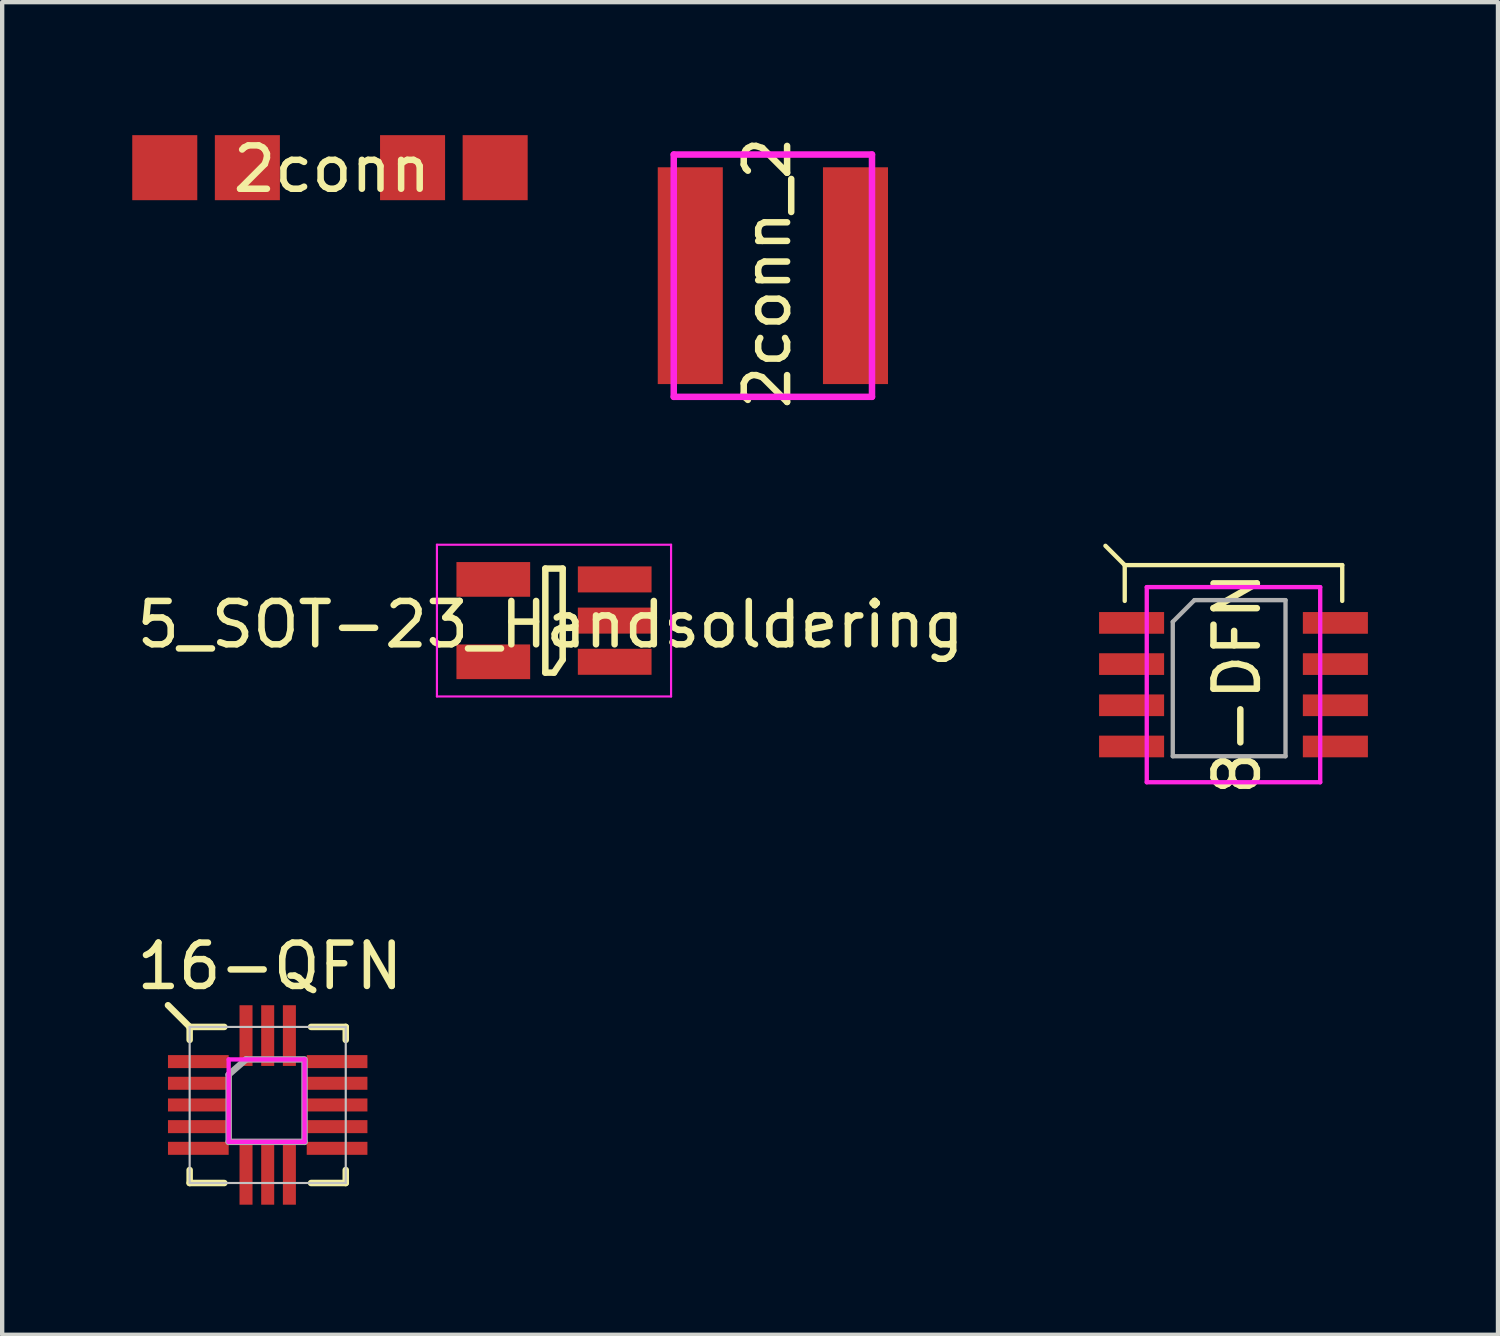
<source format=kicad_pcb>
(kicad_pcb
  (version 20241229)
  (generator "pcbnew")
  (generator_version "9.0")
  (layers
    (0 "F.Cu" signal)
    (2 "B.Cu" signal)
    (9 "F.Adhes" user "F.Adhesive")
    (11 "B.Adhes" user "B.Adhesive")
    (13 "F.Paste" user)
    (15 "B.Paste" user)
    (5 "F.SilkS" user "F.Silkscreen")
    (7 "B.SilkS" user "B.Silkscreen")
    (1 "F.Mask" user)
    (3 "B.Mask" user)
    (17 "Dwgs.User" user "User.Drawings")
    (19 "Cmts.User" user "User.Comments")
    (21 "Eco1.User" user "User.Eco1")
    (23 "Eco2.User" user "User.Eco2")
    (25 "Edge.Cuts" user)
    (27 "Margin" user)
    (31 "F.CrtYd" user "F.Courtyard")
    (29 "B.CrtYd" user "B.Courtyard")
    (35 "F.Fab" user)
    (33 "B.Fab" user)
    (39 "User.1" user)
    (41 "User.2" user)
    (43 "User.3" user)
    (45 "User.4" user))
  (footprint "2conn_2"
    (layer "F.Cu")
    (at 14.775 3.308)
    (property "Reference" "2conn_2" (at -0.127 -0.064 90) (layer "F.SilkS") (effects (font (size 1 1) (thickness 0.15))))
    (attr through_hole)
    (fp_line (start -2.286 -2.794) (end -2.286 2.794) (stroke (width 0.15) (type solid)) (layer "F.CrtYd"))
    (fp_line (start -2.286 2.794) (end 2.286 2.794) (stroke (width 0.15) (type solid)) (layer "F.CrtYd"))
    (fp_line (start 2.286 -2.794) (end -2.286 -2.794) (stroke (width 0.15) (type solid)) (layer "F.CrtYd"))
    (fp_line (start 2.286 2.794) (end 2.286 -2.794) (stroke (width 0.15) (type solid)) (layer "F.CrtYd"))
    (pad "1" smd rect (at -1.905 0) (size 1.5 5) (layers "F.Cu" "F.Mask" "F.Paste"))
    (pad "2" smd rect (at 1.905 0) (size 1.5 5) (layers "F.Cu" "F.Mask" "F.Paste")))
  (footprint "8-DFN"
    (layer "F.Cu")
    (at 23.398 10.491)
    (property "Reference" "8-DFN" (at 2.084 2.223 90) (layer "F.SilkS") (effects (font (size 1 1) (thickness 0.15))))
    (attr through_hole)
    (fp_line (start -0.508 -0.508) (end -0.953 -0.953) (stroke (width 0.1) (type solid)) (layer "F.SilkS"))
    (fp_line (start -0.508 -0.508) (end -0.508 0.318) (stroke (width 0.1) (type solid)) (layer "F.SilkS"))
    (fp_line (start 4.508 -0.508) (end -0.508 -0.508) (stroke (width 0.1) (type solid)) (layer "F.SilkS"))
    (fp_line (start 4.508 -0.508) (end 4.508 0.318) (stroke (width 0.1) (type solid)) (layer "F.SilkS"))
    (fp_line (start 0 0) (end 4 0) (stroke (width 0.1) (type solid)) (layer "F.CrtYd"))
    (fp_line (start 0 4.5) (end 0 0) (stroke (width 0.1) (type solid)) (layer "F.CrtYd"))
    (fp_line (start 4 0) (end 4 4.5) (stroke (width 0.1) (type solid)) (layer "F.CrtYd"))
    (fp_line (start 4 4.5) (end 0 4.5) (stroke (width 0.1) (type solid)) (layer "F.CrtYd"))
    (fp_line (start 0.6 0.8) (end 0.6 3.9) (stroke (width 0.1) (type solid)) (layer "F.Fab"))
    (fp_line (start 0.6 0.8) (end 1.1 0.3) (stroke (width 0.1) (type solid)) (layer "F.Fab"))
    (fp_line (start 1.1 0.3) (end 3.2 0.3) (stroke (width 0.1) (type solid)) (layer "F.Fab"))
    (fp_line (start 3.2 0.3) (end 3.2 3.9) (stroke (width 0.1) (type solid)) (layer "F.Fab"))
    (fp_line (start 3.2 3.9) (end 0.6 3.9) (stroke (width 0.1) (type solid)) (layer "F.Fab"))
    (pad "1" smd rect (at -0.35 0.825) (size 1.5 0.5) (layers "F.Cu" "F.Mask" "F.Paste"))
    (pad "2" smd rect (at -0.35 1.775) (size 1.5 0.5) (layers "F.Cu" "F.Mask" "F.Paste"))
    (pad "3" smd rect (at -0.35 2.725) (size 1.5 0.5) (layers "F.Cu" "F.Mask" "F.Paste"))
    (pad "4" smd rect (at -0.35 3.675) (size 1.5 0.5) (layers "F.Cu" "F.Mask" "F.Paste"))
    (pad "5" smd rect (at 4.35 3.675) (size 1.5 0.5) (layers "F.Cu" "F.Mask" "F.Paste"))
    (pad "6" smd rect (at 4.35 2.725) (size 1.5 0.5) (layers "F.Cu" "F.Mask" "F.Paste"))
    (pad "7" smd rect (at 4.35 1.775) (size 1.5 0.5) (layers "F.Cu" "F.Mask" "F.Paste"))
    (pad "8" smd rect (at 4.35 0.825) (size 1.5 0.5) (layers "F.Cu" "F.Mask" "F.Paste")))
  (footprint "16-QFN"
    (layer "F.Cu")
    (at 3.124 22.434)
    (property "Reference" "16-QFN" (at 0.05 -3.2 0) (layer "F.SilkS") (effects (font (size 1 1) (thickness 0.15))))
    (attr smd)
    (fp_line (start -1.8 -1.8) (end -2.3 -2.3) (stroke (width 0.15) (type solid)) (layer "F.SilkS"))
    (fp_line (start -1.8 -1.8) (end -1.8 -1.5) (stroke (width 0.15) (type solid)) (layer "F.SilkS"))
    (fp_line (start -1.8 1.5) (end -1.8 1.8) (stroke (width 0.15) (type solid)) (layer "F.SilkS"))
    (fp_line (start -1.8 1.8) (end -1 1.8) (stroke (width 0.15) (type solid)) (layer "F.SilkS"))
    (fp_line (start -1 -1.8) (end -1.8 -1.8) (stroke (width 0.15) (type solid)) (layer "F.SilkS"))
    (fp_line (start 1.8 -1.8) (end 1 -1.8) (stroke (width 0.15) (type solid)) (layer "F.SilkS"))
    (fp_line (start 1.8 -1.5) (end 1.8 -1.8) (stroke (width 0.15) (type solid)) (layer "F.SilkS"))
    (fp_line (start 1.8 1.5) (end 1.8 1.8) (stroke (width 0.15) (type solid)) (layer "F.SilkS"))
    (fp_line (start 1.8 1.8) (end 1 1.8) (stroke (width 0.15) (type solid)) (layer "F.SilkS"))
    (fp_line (start -1.8 -1.8) (end 1.8 -1.8) (stroke (width 0.05) (type solid)) (layer "Dwgs.User"))
    (fp_line (start -1.8 1.8) (end -1.8 -1.8) (stroke (width 0.05) (type solid)) (layer "Dwgs.User"))
    (fp_line (start 1.8 -1.8) (end 1.8 1.8) (stroke (width 0.05) (type solid)) (layer "Dwgs.User"))
    (fp_line (start 1.8 1.8) (end -1.8 1.8) (stroke (width 0.05) (type solid)) (layer "Dwgs.User"))
    (fp_line (start -0.9 -1.05) (end -0.9 0.85) (stroke (width 0.1) (type solid)) (layer "F.CrtYd"))
    (fp_line (start -0.9 0.85) (end 0.85 0.85) (stroke (width 0.1) (type solid)) (layer "F.CrtYd"))
    (fp_line (start 0.85 -1.05) (end -0.9 -1.05) (stroke (width 0.1) (type solid)) (layer "F.CrtYd"))
    (fp_line (start 0.85 0.85) (end 0.85 -1.05) (stroke (width 0.1) (type solid)) (layer "F.CrtYd"))
    (fp_line (start -0.9 -0.7) (end -0.5 -1.05) (stroke (width 0.15) (type solid)) (layer "F.Fab"))
    (fp_line (start -0.9 0.85) (end -0.9 -0.7) (stroke (width 0.15) (type solid)) (layer "F.Fab"))
    (fp_line (start -0.5 -1.05) (end 0.8 -1.05) (stroke (width 0.15) (type solid)) (layer "F.Fab"))
    (fp_line (start 0.85 -1.05) (end 0.85 0.85) (stroke (width 0.15) (type solid)) (layer "F.Fab"))
    (fp_line (start 0.85 0.85) (end -0.9 0.85) (stroke (width 0.15) (type solid)) (layer "F.Fab"))
    (pad "1" smd rect (at -1.6 -1) (size 1.4 0.3) (layers "F.Cu" "F.Mask" "F.Paste"))
    (pad "2" smd rect (at -1.6 -0.5) (size 1.4 0.3) (layers "F.Cu" "F.Mask" "F.Paste"))
    (pad "3" smd rect (at -1.6 0) (size 1.4 0.3) (layers "F.Cu" "F.Mask" "F.Paste"))
    (pad "4" smd rect (at -1.6 0.5) (size 1.4 0.3) (layers "F.Cu" "F.Mask" "F.Paste"))
    (pad "5" smd rect (at -1.6 1) (size 1.4 0.3) (layers "F.Cu" "F.Mask" "F.Paste"))
    (pad "6" smd rect (at -0.5 1.6 90) (size 1.4 0.3) (layers "F.Cu" "F.Mask" "F.Paste"))
    (pad "7" smd rect (at 0 1.6 90) (size 1.4 0.3) (layers "F.Cu" "F.Mask" "F.Paste"))
    (pad "8" smd rect (at 0.5 1.6 90) (size 1.4 0.3) (layers "F.Cu" "F.Mask" "F.Paste"))
    (pad "9" smd rect (at 1.6 1 180) (size 1.4 0.3) (layers "F.Cu" "F.Mask" "F.Paste"))
    (pad "10" smd rect (at 1.6 0.5 180) (size 1.4 0.3) (layers "F.Cu" "F.Mask" "F.Paste"))
    (pad "11" smd rect (at 1.6 0 180) (size 1.4 0.3) (layers "F.Cu" "F.Mask" "F.Paste"))
    (pad "12" smd rect (at 1.6 -0.5 180) (size 1.4 0.3) (layers "F.Cu" "F.Mask" "F.Paste"))
    (pad "13" smd rect (at 1.6 -1 180) (size 1.4 0.3) (layers "F.Cu" "F.Mask" "F.Paste"))
    (pad "14" smd rect (at 0.5 -1.6 270) (size 1.4 0.3) (layers "F.Cu" "F.Mask" "F.Paste"))
    (pad "15" smd rect (at 0 -1.6 270) (size 1.4 0.3) (layers "F.Cu" "F.Mask" "F.Paste"))
    (pad "16" smd rect (at -0.5 -1.6 270) (size 1.4 0.3) (layers "F.Cu" "F.Mask" "F.Paste")))
  (footprint "5_SOT-23_Handsoldering"
    (layer "F.Cu")
    (at 9.727 11.263)
    (property "Reference" "5_SOT-23_Handsoldering" (at -0.079 0.092 180) (layer "F.SilkS") (effects (font (size 1 1) (thickness 0.15))))
    (attr smd)
    (fp_line (start -0.2 -1.2) (end 0.2 -1.2) (stroke (width 0.15) (type solid)) (layer "F.SilkS"))
    (fp_line (start -0.2 1.2) (end -0.2 -1.2) (stroke (width 0.15) (type solid)) (layer "F.SilkS"))
    (fp_line (start 0 1.2) (end -0.2 1.2) (stroke (width 0.15) (type solid)) (layer "F.SilkS"))
    (fp_line (start 0.2 -1.2) (end 0.2 0.9) (stroke (width 0.15) (type solid)) (layer "F.SilkS"))
    (fp_line (start 0.2 0.9) (end 0 1.2) (stroke (width 0.15) (type solid)) (layer "F.SilkS"))
    (fp_line (start -2.7 -1.75) (end 2.7 -1.75) (stroke (width 0.05) (type solid)) (layer "F.CrtYd"))
    (fp_line (start -2.7 1.75) (end -2.7 -1.75) (stroke (width 0.05) (type solid)) (layer "F.CrtYd"))
    (fp_line (start 2.7 -1.75) (end 2.7 1.75) (stroke (width 0.05) (type solid)) (layer "F.CrtYd"))
    (fp_line (start 2.7 1.75) (end -2.7 1.75) (stroke (width 0.05) (type solid)) (layer "F.CrtYd"))
    (pad "1" smd rect (at 1.4 0.95) (size 1.7 0.6) (layers "F.Cu" "F.Mask" "F.Paste"))
    (pad "2" smd rect (at 1.4 0) (size 1.7 0.6) (layers "F.Cu" "F.Mask" "F.Paste"))
    (pad "3" smd rect (at 1.4 -0.95) (size 1.7 0.6) (layers "F.Cu" "F.Mask" "F.Paste"))
    (pad "4" smd rect (at -1.4 -0.95) (size 1.7 0.8) (layers "F.Cu" "F.Mask" "F.Paste"))
    (pad "5" smd rect (at -1.4 0.95) (size 1.7 0.8) (layers "F.Cu" "F.Mask" "F.Paste")))
  (footprint "2conn"
    (layer "F.Cu")
    (at 4.56 0.817)
    (property "Reference" "2conn" (at 0.046 0.031 0) (layer "F.SilkS") (effects (font (size 1 1) (thickness 0.15))))
    (attr through_hole)
    (pad "1" smd rect (at -3.81 0) (size 1.5 1.5) (layers "F.Cu" "F.Mask" "F.Paste"))
    (pad "1" smd rect (at -1.905 0) (size 1.5 1.5) (layers "F.Cu" "F.Mask" "F.Paste"))
    (pad "2" smd rect (at 1.905 0) (size 1.5 1.5) (layers "F.Cu" "F.Mask" "F.Paste"))
    (pad "2" smd rect (at 3.81 0) (size 1.5 1.5) (layers "F.Cu" "F.Mask" "F.Paste")))
  (gr_rect
    (start -3 -3)
    (end 31.498 27.734)
    (stroke (width 0.1) (type default))
    (fill no)
    (layer "Edge.Cuts")))
</source>
